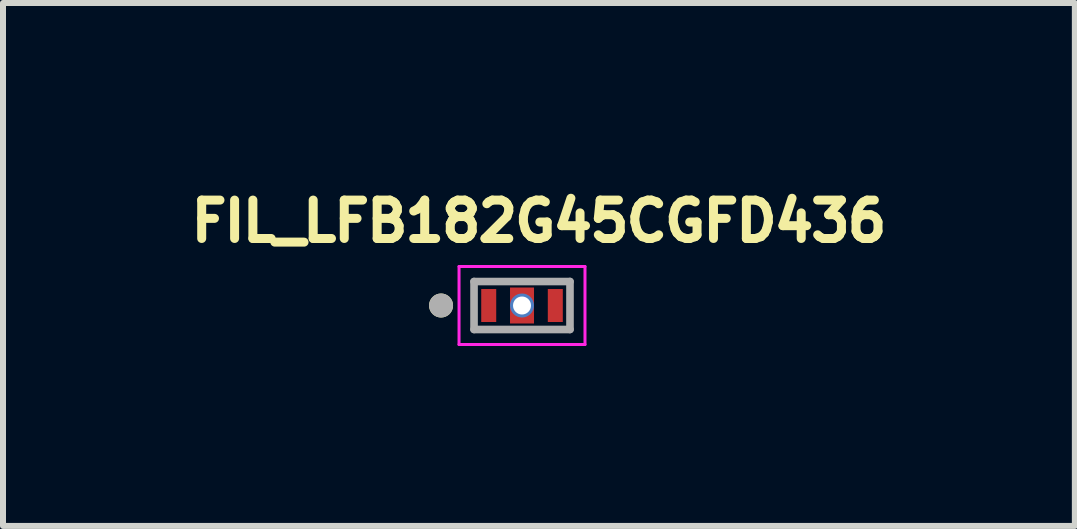
<source format=kicad_pcb>
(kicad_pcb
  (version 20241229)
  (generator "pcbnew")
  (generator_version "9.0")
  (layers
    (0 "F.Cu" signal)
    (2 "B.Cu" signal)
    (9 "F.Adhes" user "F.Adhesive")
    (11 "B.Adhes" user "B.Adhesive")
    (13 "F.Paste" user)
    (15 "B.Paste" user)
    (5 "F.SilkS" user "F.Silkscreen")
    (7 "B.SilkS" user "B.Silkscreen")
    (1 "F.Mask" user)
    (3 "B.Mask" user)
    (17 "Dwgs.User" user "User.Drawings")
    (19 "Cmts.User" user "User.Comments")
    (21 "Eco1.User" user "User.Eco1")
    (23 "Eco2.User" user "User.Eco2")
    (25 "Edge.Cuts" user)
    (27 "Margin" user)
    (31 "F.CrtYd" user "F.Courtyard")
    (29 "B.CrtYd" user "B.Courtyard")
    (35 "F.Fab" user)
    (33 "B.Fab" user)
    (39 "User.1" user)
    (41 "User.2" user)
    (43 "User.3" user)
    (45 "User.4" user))
  (footprint "FIL_LFB182G45CGFD436"
    (layer "F.Cu")
    (at 5.654 2.044)
    (property "Reference" "FIL_LFB182G45CGFD436" (at 0.282 -1.406 0) (layer "F.SilkS") (effects (font (size 0.64 0.64) (thickness 0.15))))
    (attr smd)
    (fp_poly (pts (xy -0.68 -0.275) (xy -0.43 -0.275) (xy -0.43 0.275) (xy -0.68 0.275)) (stroke (width 0.01) (type solid)) (fill yes) (layer "F.Mask"))
    (fp_poly (pts (xy -0.2 -0.3) (xy 0.2 -0.3) (xy 0.2 0.3) (xy -0.2 0.3)) (stroke (width 0.01) (type solid)) (fill yes) (layer "F.Mask"))
    (fp_poly (pts (xy 0.43 -0.275) (xy 0.68 -0.275) (xy 0.68 0.275) (xy 0.43 0.275)) (stroke (width 0.01) (type solid)) (fill yes) (layer "F.Mask"))
    (fp_circle (center -1.35 0) (end -1.25 0) (stroke (width 0.2) (type solid)) (fill no) (layer "F.SilkS"))
    (fp_line (start -1.05 -0.65) (end 1.05 -0.65) (stroke (width 0.05) (type solid)) (layer "F.CrtYd"))
    (fp_line (start -1.05 0.65) (end -1.05 -0.65) (stroke (width 0.05) (type solid)) (layer "F.CrtYd"))
    (fp_line (start 1.05 -0.65) (end 1.05 0.65) (stroke (width 0.05) (type solid)) (layer "F.CrtYd"))
    (fp_line (start 1.05 0.65) (end -1.05 0.65) (stroke (width 0.05) (type solid)) (layer "F.CrtYd"))
    (fp_line (start -0.8 -0.4) (end -0.8 0.4) (stroke (width 0.127) (type solid)) (layer "F.Fab"))
    (fp_line (start -0.8 0.4) (end 0.8 0.4) (stroke (width 0.127) (type solid)) (layer "F.Fab"))
    (fp_line (start 0.8 -0.4) (end -0.8 -0.4) (stroke (width 0.127) (type solid)) (layer "F.Fab"))
    (fp_line (start 0.8 0.4) (end 0.8 -0.4) (stroke (width 0.127) (type solid)) (layer "F.Fab"))
    (fp_circle (center -1.35 0) (end -1.25 0) (stroke (width 0.2) (type solid)) (fill no) (layer "F.Fab"))
    (pad "1" smd rect (at -0.555 0) (size 0.25 0.55) (layers "F.Cu" "F.Paste"))
    (pad "2" smd rect (at 0 0) (size 0.4 0.6) (layers "F.Cu" "F.Paste"))
    (pad "2_1" thru_hole circle (at 0 0) (size 0.4 0.4) (drill 0.3) (layers "*.Cu"))
    (pad "3" smd rect (at 0.555 0) (size 0.25 0.55) (layers "F.Cu" "F.Paste")))
  (gr_rect
    (start -3 -3)
    (end 14.872 5.719)
    (stroke (width 0.1) (type default))
    (fill no)
    (layer "Edge.Cuts")))
</source>
